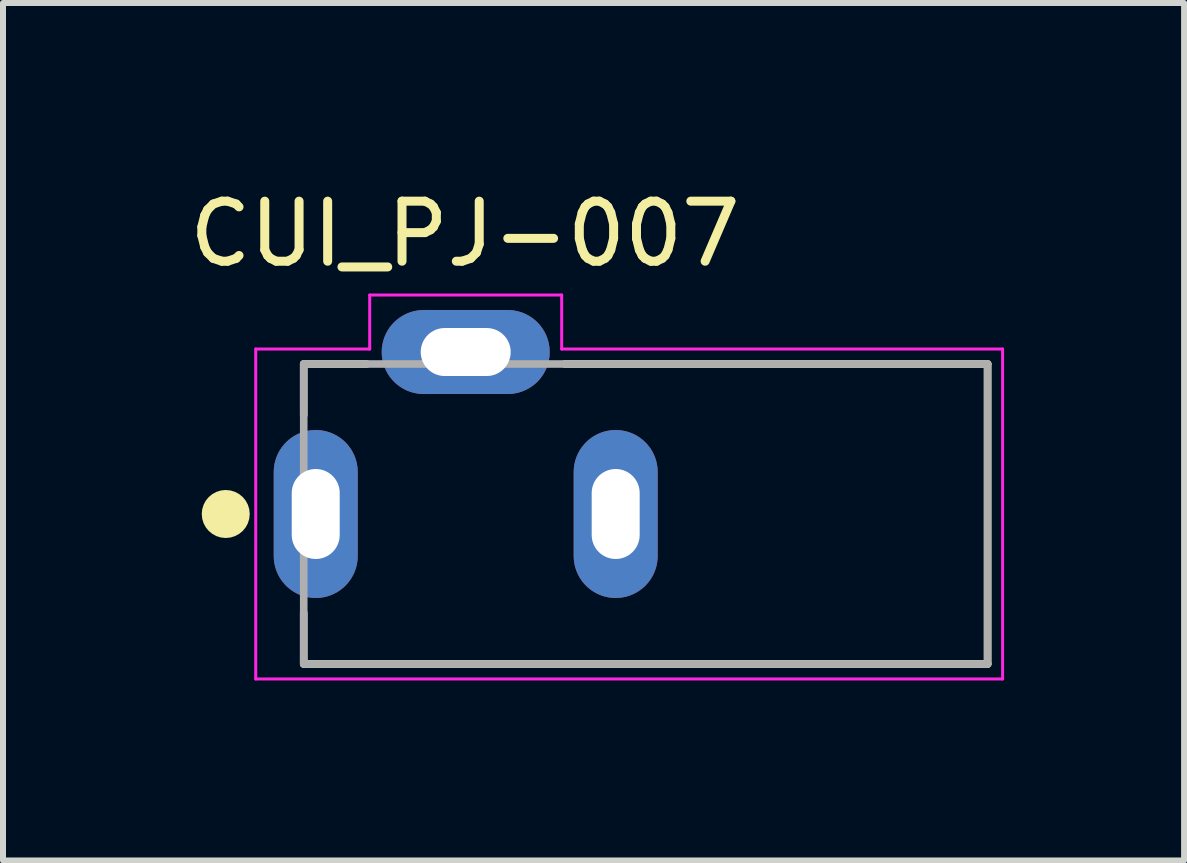
<source format=kicad_pcb>
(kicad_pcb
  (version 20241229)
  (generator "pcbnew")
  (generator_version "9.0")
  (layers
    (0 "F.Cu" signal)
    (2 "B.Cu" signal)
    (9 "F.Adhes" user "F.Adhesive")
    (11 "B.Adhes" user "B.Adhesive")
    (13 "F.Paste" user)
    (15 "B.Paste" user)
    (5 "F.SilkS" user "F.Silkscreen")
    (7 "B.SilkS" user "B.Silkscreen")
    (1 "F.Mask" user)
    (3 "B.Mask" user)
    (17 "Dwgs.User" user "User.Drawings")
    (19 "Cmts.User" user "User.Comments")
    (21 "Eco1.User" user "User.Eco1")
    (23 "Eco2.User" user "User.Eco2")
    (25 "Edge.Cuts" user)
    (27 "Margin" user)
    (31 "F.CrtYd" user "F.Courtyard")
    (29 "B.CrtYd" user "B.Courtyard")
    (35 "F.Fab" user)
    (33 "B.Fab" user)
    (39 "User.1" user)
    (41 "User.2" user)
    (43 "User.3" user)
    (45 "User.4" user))
  (footprint "CUI_PJ-007"
    (layer "F.Cu")
    (at 2.213 5.518)
    (property "Reference" "CUI_PJ-007" (at 2.487 -4.669 0) (layer "F.SilkS") (effects (font (size 1.001 1.001) (thickness 0.15))))
    (attr through_hole)
    (fp_line (start -0.2 -2.5) (end 0.85 -2.5) (stroke (width 0.127) (type solid)) (layer "F.SilkS"))
    (fp_line (start -0.2 -1.65) (end -0.2 -2.5) (stroke (width 0.127) (type solid)) (layer "F.SilkS"))
    (fp_line (start -0.2 2.5) (end -0.2 1.65) (stroke (width 0.127) (type solid)) (layer "F.SilkS"))
    (fp_line (start 4.15 -2.5) (end 11.2 -2.5) (stroke (width 0.127) (type solid)) (layer "F.SilkS"))
    (fp_line (start 11.2 -2.5) (end 11.2 2.5) (stroke (width 0.127) (type solid)) (layer "F.SilkS"))
    (fp_line (start 11.2 2.5) (end -0.2 2.5) (stroke (width 0.127) (type solid)) (layer "F.SilkS"))
    (fp_circle (center -1.5 0) (end -1.3 0) (stroke (width 0.4) (type solid)) (fill no) (layer "F.SilkS"))
    (fp_line (start -1 -2.75) (end 0.9 -2.75) (stroke (width 0.05) (type solid)) (layer "F.CrtYd"))
    (fp_line (start -1 2.75) (end -1 -2.75) (stroke (width 0.05) (type solid)) (layer "F.CrtYd"))
    (fp_line (start 0.9 -3.65) (end 4.1 -3.65) (stroke (width 0.05) (type solid)) (layer "F.CrtYd"))
    (fp_line (start 0.9 -2.75) (end 0.9 -3.65) (stroke (width 0.05) (type solid)) (layer "F.CrtYd"))
    (fp_line (start 4.1 -3.65) (end 4.1 -2.75) (stroke (width 0.05) (type solid)) (layer "F.CrtYd"))
    (fp_line (start 4.1 -2.75) (end 11.45 -2.75) (stroke (width 0.05) (type solid)) (layer "F.CrtYd"))
    (fp_line (start 11.45 -2.75) (end 11.45 2.75) (stroke (width 0.05) (type solid)) (layer "F.CrtYd"))
    (fp_line (start 11.45 2.75) (end -1 2.75) (stroke (width 0.05) (type solid)) (layer "F.CrtYd"))
    (fp_line (start -0.2 -2.5) (end 11.2 -2.5) (stroke (width 0.127) (type solid)) (layer "F.Fab"))
    (fp_line (start -0.2 2.5) (end -0.2 -2.5) (stroke (width 0.127) (type solid)) (layer "F.Fab"))
    (fp_line (start 11.2 -2.5) (end 11.2 2.5) (stroke (width 0.127) (type solid)) (layer "F.Fab"))
    (fp_line (start 11.2 2.5) (end -0.2 2.5) (stroke (width 0.127) (type solid)) (layer "F.Fab"))
    (pad "1" thru_hole oval (at 0 0) (size 1.4 2.8) (drill oval 0.8 1.5) (layers "*.Cu" "*.Mask"))
    (pad "2" thru_hole oval (at 5 0) (size 1.4 2.8) (drill oval 0.8 1.5) (layers "*.Cu" "*.Mask"))
    (pad "3" thru_hole oval (at 2.5 -2.7) (size 2.8 1.4) (drill oval 1.5 0.8) (layers "*.Cu" "*.Mask")))
  (gr_rect
    (start -3 -3)
    (end 16.688 11.293)
    (stroke (width 0.1) (type default))
    (fill no)
    (layer "Edge.Cuts")))
</source>
